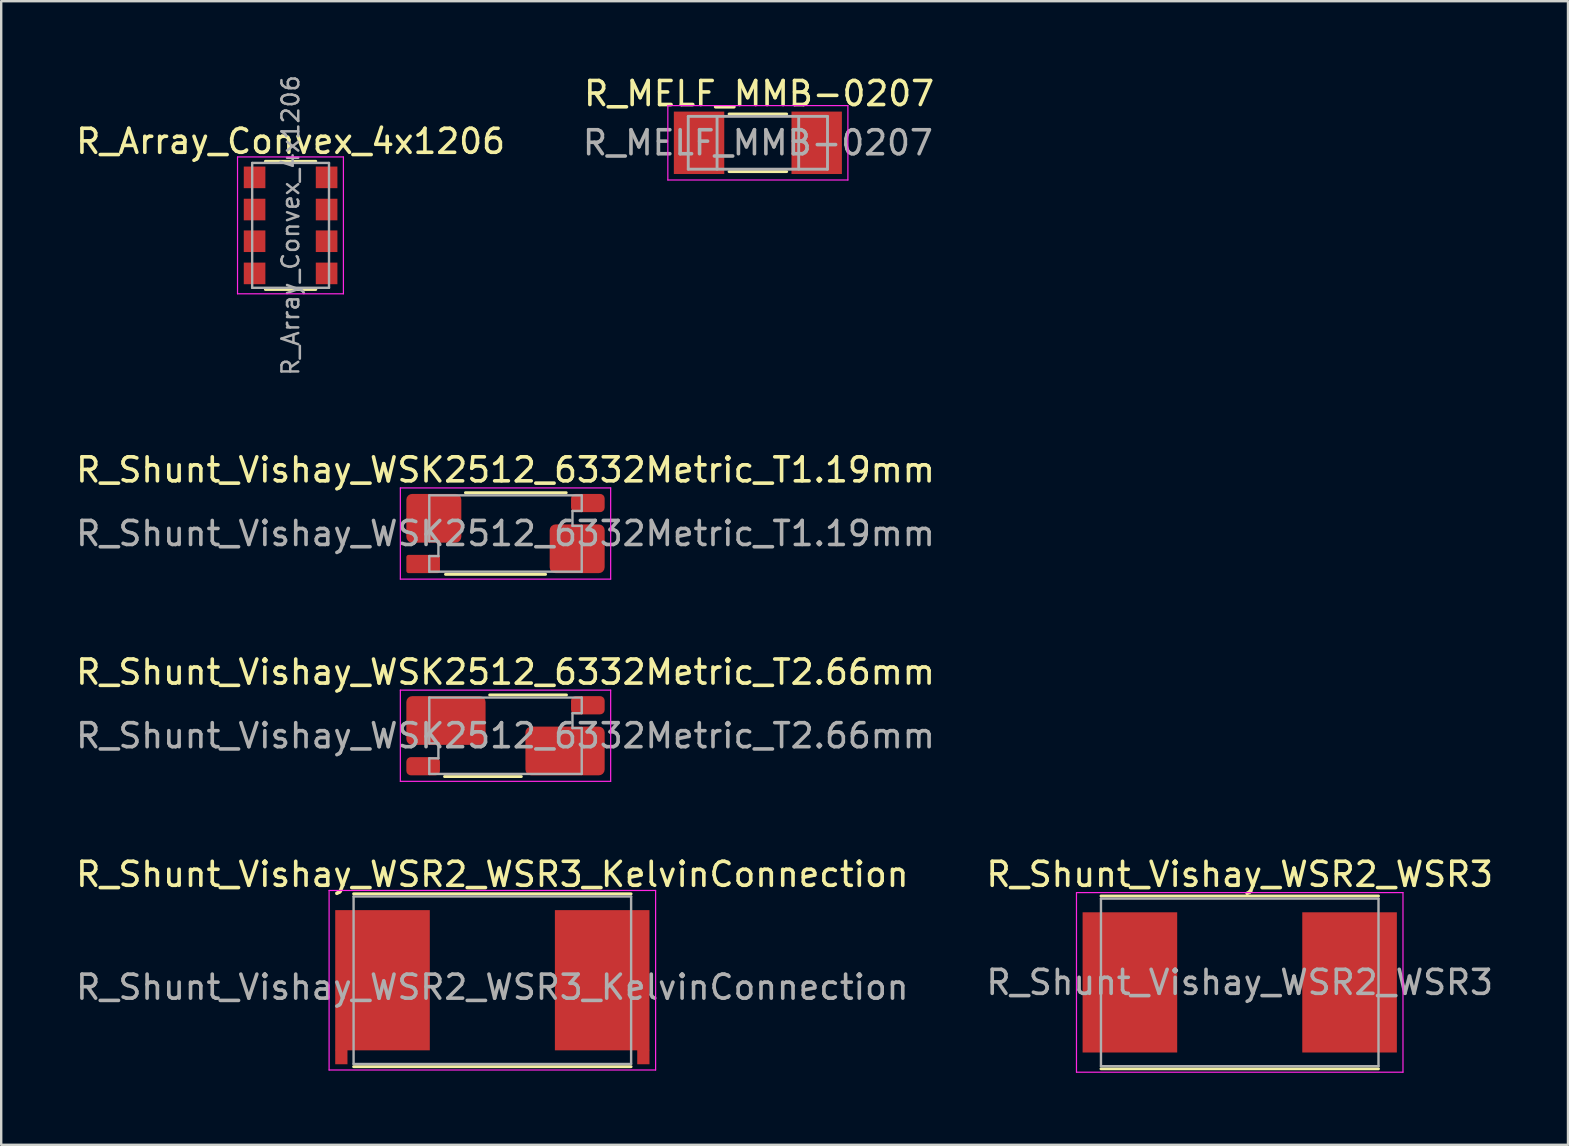
<source format=kicad_pcb>
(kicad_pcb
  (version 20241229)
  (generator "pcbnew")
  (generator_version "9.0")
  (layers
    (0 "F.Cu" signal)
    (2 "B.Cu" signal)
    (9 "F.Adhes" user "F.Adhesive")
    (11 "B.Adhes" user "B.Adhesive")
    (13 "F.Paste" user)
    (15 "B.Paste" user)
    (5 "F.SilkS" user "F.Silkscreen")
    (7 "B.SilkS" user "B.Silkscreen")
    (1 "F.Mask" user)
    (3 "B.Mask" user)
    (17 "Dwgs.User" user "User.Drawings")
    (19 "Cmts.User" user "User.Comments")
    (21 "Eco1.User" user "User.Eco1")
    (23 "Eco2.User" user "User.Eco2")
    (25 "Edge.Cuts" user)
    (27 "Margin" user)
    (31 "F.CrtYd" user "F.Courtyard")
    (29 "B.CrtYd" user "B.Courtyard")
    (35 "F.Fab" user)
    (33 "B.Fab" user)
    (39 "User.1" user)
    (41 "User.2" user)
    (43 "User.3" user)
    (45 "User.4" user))
  (footprint "R_MELF_MMB-0207"
    (layer "F.Cu")
    (at 28.518 2.898)
    (property "Reference" "R_MELF_MMB-0207" (at 0.05 -2.05 0) (layer "F.SilkS") (effects (font (size 1 1) (thickness 0.15))))
    (attr smd)
    (fp_line (start 1.2 -1.2) (end -1.2 -1.2) (stroke (width 0.12) (type solid)) (layer "F.SilkS"))
    (fp_line (start 1.2 1.2) (end -1.2 1.2) (stroke (width 0.12) (type solid)) (layer "F.SilkS"))
    (fp_line (start -3.75 -1.55) (end -3.75 1.55) (stroke (width 0.05) (type solid)) (layer "F.CrtYd"))
    (fp_line (start -3.75 -1.55) (end 3.75 -1.55) (stroke (width 0.05) (type solid)) (layer "F.CrtYd"))
    (fp_line (start 3.75 1.55) (end -3.75 1.55) (stroke (width 0.05) (type solid)) (layer "F.CrtYd"))
    (fp_line (start 3.75 1.55) (end 3.75 -1.55) (stroke (width 0.05) (type solid)) (layer "F.CrtYd"))
    (fp_line (start -2.9 -1.1) (end -2.9 1.1) (stroke (width 0.12) (type solid)) (layer "F.Fab"))
    (fp_line (start -2.9 1.1) (end 2.9 1.1) (stroke (width 0.12) (type solid)) (layer "F.Fab"))
    (fp_line (start -1.7 -1.1) (end -1.7 1.1) (stroke (width 0.12) (type solid)) (layer "F.Fab"))
    (fp_line (start 1.7 -1.1) (end 1.7 1.1) (stroke (width 0.12) (type solid)) (layer "F.Fab"))
    (fp_line (start 2.9 -1.1) (end -2.9 -1.1) (stroke (width 0.12) (type solid)) (layer "F.Fab"))
    (fp_line (start 2.9 1.1) (end 2.9 -1.1) (stroke (width 0.12) (type solid)) (layer "F.Fab"))
    (fp_text user "${REFERENCE}" (at 0 0 0) (layer "F.Fab") (effects (font (size 1 1) (thickness 0.15))))
    (pad "1" smd rect (at -2.45 0) (size 2.1 2.6) (layers "F.Cu" "F.Mask" "F.Paste"))
    (pad "2" smd rect (at 2.45 0) (size 2.1 2.6) (layers "F.Cu" "F.Mask" "F.Paste")))
  (footprint "R_Array_Convex_4x1206"
    (layer "F.Cu")
    (at 9.054 6.338)
    (property "Reference" "R_Array_Convex_4x1206" (at 0 -3.5 0) (layer "F.SilkS") (effects (font (size 1 1) (thickness 0.15))))
    (attr smd)
    (fp_line (start 1.05 -2.67) (end -1.05 -2.67) (stroke (width 0.12) (type solid)) (layer "F.SilkS"))
    (fp_line (start 1.05 2.67) (end -1.05 2.67) (stroke (width 0.12) (type solid)) (layer "F.SilkS"))
    (fp_line (start -2.21 -2.85) (end -2.21 2.85) (stroke (width 0.05) (type solid)) (layer "F.CrtYd"))
    (fp_line (start -2.21 -2.85) (end 2.2 -2.85) (stroke (width 0.05) (type solid)) (layer "F.CrtYd"))
    (fp_line (start 2.2 2.85) (end -2.21 2.85) (stroke (width 0.05) (type solid)) (layer "F.CrtYd"))
    (fp_line (start 2.2 2.85) (end 2.2 -2.85) (stroke (width 0.05) (type solid)) (layer "F.CrtYd"))
    (fp_line (start -1.6 -2.6) (end -1.6 2.6) (stroke (width 0.1) (type solid)) (layer "F.Fab"))
    (fp_line (start -1.6 2.6) (end 1.6 2.6) (stroke (width 0.1) (type solid)) (layer "F.Fab"))
    (fp_line (start 1.6 -2.6) (end -1.6 -2.6) (stroke (width 0.1) (type solid)) (layer "F.Fab"))
    (fp_line (start 1.6 2.6) (end 1.6 -2.6) (stroke (width 0.1) (type solid)) (layer "F.Fab"))
    (fp_text user "${REFERENCE}" (at 0 0 90) (layer "F.Fab") (effects (font (size 0.7 0.7) (thickness 0.105))))
    (pad "1" smd rect (at -1.5 -2) (size 0.9 0.9) (layers "F.Cu" "F.Mask" "F.Paste"))
    (pad "2" smd rect (at -1.5 -0.66) (size 0.9 0.9) (layers "F.Cu" "F.Mask" "F.Paste"))
    (pad "3" smd rect (at -1.5 0.66) (size 0.9 0.9) (layers "F.Cu" "F.Mask" "F.Paste"))
    (pad "4" smd rect (at -1.5 2) (size 0.9 0.9) (layers "F.Cu" "F.Mask" "F.Paste"))
    (pad "5" smd rect (at 1.5 2) (size 0.9 0.9) (layers "F.Cu" "F.Mask" "F.Paste"))
    (pad "6" smd rect (at 1.5 0.66) (size 0.9 0.9) (layers "F.Cu" "F.Mask" "F.Paste"))
    (pad "7" smd rect (at 1.5 -0.66) (size 0.9 0.9) (layers "F.Cu" "F.Mask" "F.Paste"))
    (pad "8" smd rect (at 1.5 -2) (size 0.9 0.9) (layers "F.Cu" "F.Mask" "F.Paste")))
  (footprint "R_Shunt_Vishay_WSK2512_6332Metric_T1.19mm"
    (layer "F.Cu")
    (at 18.006 19.173)
    (property "Reference" "R_Shunt_Vishay_WSK2512_6332Metric_T1.19mm" (at 0 -2.65 0) (layer "F.SilkS") (effects (font (size 1 1) (thickness 0.15))))
    (attr smd)
    (fp_line (start -2.5 1.7) (end 1.67 1.7) (stroke (width 0.12) (type solid)) (layer "F.SilkS"))
    (fp_line (start -1.67 -1.7) (end 2.53 -1.7) (stroke (width 0.12) (type solid)) (layer "F.SilkS"))
    (fp_line (start -4.38 -1.9) (end 4.38 -1.9) (stroke (width 0.05) (type solid)) (layer "F.CrtYd"))
    (fp_line (start -4.38 1.9) (end -4.38 -1.9) (stroke (width 0.05) (type solid)) (layer "F.CrtYd"))
    (fp_line (start 4.38 -1.9) (end 4.38 1.9) (stroke (width 0.05) (type solid)) (layer "F.CrtYd"))
    (fp_line (start 4.38 1.9) (end -4.38 1.9) (stroke (width 0.05) (type solid)) (layer "F.CrtYd"))
    (fp_line (start -3.175 -1.59) (end 3.175 -1.59) (stroke (width 0.1) (type solid)) (layer "F.Fab"))
    (fp_line (start -3.175 0.32) (end -3.175 -1.59) (stroke (width 0.1) (type solid)) (layer "F.Fab"))
    (fp_line (start -3.175 0.32) (end -2.795 0.32) (stroke (width 0.1) (type solid)) (layer "F.Fab"))
    (fp_line (start -3.175 0.94) (end -3.175 1.59) (stroke (width 0.1) (type solid)) (layer "F.Fab"))
    (fp_line (start -3.175 0.94) (end -2.795 0.94) (stroke (width 0.1) (type solid)) (layer "F.Fab"))
    (fp_line (start -2.795 0.94) (end -2.795 0.32) (stroke (width 0.1) (type solid)) (layer "F.Fab"))
    (fp_line (start 2.79 -0.94) (end 3.17 -0.94) (stroke (width 0.1) (type solid)) (layer "F.Fab"))
    (fp_line (start 2.79 -0.32) (end 2.79 -0.94) (stroke (width 0.1) (type solid)) (layer "F.Fab"))
    (fp_line (start 2.79 -0.32) (end 3.17 -0.32) (stroke (width 0.1) (type solid)) (layer "F.Fab"))
    (fp_line (start 3.175 -0.94) (end 3.175 -1.59) (stroke (width 0.1) (type solid)) (layer "F.Fab"))
    (fp_line (start 3.175 -0.32) (end 3.175 1.59) (stroke (width 0.1) (type solid)) (layer "F.Fab"))
    (fp_line (start 3.175 1.59) (end -3.175 1.59) (stroke (width 0.1) (type solid)) (layer "F.Fab"))
    (fp_text user "${REFERENCE}" (at 0 0 0) (layer "F.Fab") (effects (font (size 1 1) (thickness 0.15))))
    (pad "1" smd roundrect (at -2.985 -0.635) (size 2.29 2.03) (layers "F.Cu" "F.Mask" "F.Paste") (roundrect_rratio 0.12))
    (pad "2" smd roundrect (at -3.43 1.27) (size 1.4 0.76) (layers "F.Cu" "F.Mask" "F.Paste") (roundrect_rratio 0.12))
    (pad "3" smd roundrect (at 3.43 -1.27) (size 1.4 0.76) (layers "F.Cu" "F.Mask" "F.Paste") (roundrect_rratio 0.25))
    (pad "4" smd roundrect (at 2.985 0.635) (size 2.29 2.03) (layers "F.Cu" "F.Mask" "F.Paste") (roundrect_rratio 0.12)))
  (footprint "R_Shunt_Vishay_WSR2_WSR3"
    (layer "F.Cu")
    (at 48.589 37.87)
    (property "Reference" "R_Shunt_Vishay_WSR2_WSR3" (at 0 -4.5 0) (layer "F.SilkS") (effects (font (size 1 1) (thickness 0.15))))
    (attr smd)
    (fp_line (start -5.78 -3.6) (end 5.78 -3.6) (stroke (width 0.12) (type solid)) (layer "F.SilkS"))
    (fp_line (start -5.78 3.6) (end 5.78 3.6) (stroke (width 0.12) (type solid)) (layer "F.SilkS"))
    (fp_line (start -6.8 -3.74) (end -6.8 3.74) (stroke (width 0.05) (type solid)) (layer "F.CrtYd"))
    (fp_line (start -6.8 -3.74) (end 6.8 -3.74) (stroke (width 0.05) (type solid)) (layer "F.CrtYd"))
    (fp_line (start -6.8 3.74) (end 6.8 3.74) (stroke (width 0.05) (type solid)) (layer "F.CrtYd"))
    (fp_line (start 6.8 -3.74) (end 6.8 3.74) (stroke (width 0.05) (type solid)) (layer "F.CrtYd"))
    (fp_line (start -5.78 -3.49) (end -5.78 3.49) (stroke (width 0.1) (type solid)) (layer "F.Fab"))
    (fp_line (start -5.78 -3.49) (end 5.78 -3.49) (stroke (width 0.1) (type solid)) (layer "F.Fab"))
    (fp_line (start -5.78 3.49) (end 5.78 3.49) (stroke (width 0.1) (type solid)) (layer "F.Fab"))
    (fp_line (start 5.78 -3.49) (end 5.78 3.49) (stroke (width 0.1) (type solid)) (layer "F.Fab"))
    (fp_text user "${REFERENCE}" (at 0 0 0) (layer "F.Fab") (effects (font (size 1 1) (thickness 0.15))))
    (pad "1" smd rect (at -4.575 0) (size 3.94 5.84) (layers "F.Cu" "F.Mask" "F.Paste"))
    (pad "2" smd rect (at 4.575 0) (size 3.94 5.84) (layers "F.Cu" "F.Mask" "F.Paste")))
  (footprint "R_Shunt_Vishay_WSR2_WSR3_KelvinConnection"
    (layer "F.Cu")
    (at 17.458 38.07)
    (property "Reference" "R_Shunt_Vishay_WSR2_WSR3_KelvinConnection" (at 0 -4.7 0) (layer "F.SilkS") (effects (font (size 1 1) (thickness 0.15))))
    (attr smd)
    (fp_line (start -5.78 -3.89) (end 5.78 -3.89) (stroke (width 0.12) (type solid)) (layer "F.SilkS"))
    (fp_line (start -5.78 3.31) (end 5.78 3.31) (stroke (width 0.12) (type solid)) (layer "F.SilkS"))
    (fp_line (start -6.8 -4.03) (end -6.8 3.45) (stroke (width 0.05) (type solid)) (layer "F.CrtYd"))
    (fp_line (start -6.8 -4.03) (end 6.8 -4.03) (stroke (width 0.05) (type solid)) (layer "F.CrtYd"))
    (fp_line (start -6.8 3.45) (end 6.8 3.45) (stroke (width 0.05) (type solid)) (layer "F.CrtYd"))
    (fp_line (start 6.8 -4.03) (end 6.8 3.45) (stroke (width 0.05) (type solid)) (layer "F.CrtYd"))
    (fp_line (start -5.78 -3.78) (end -5.78 3.2) (stroke (width 0.1) (type solid)) (layer "F.Fab"))
    (fp_line (start -5.78 -3.78) (end 5.78 -3.78) (stroke (width 0.1) (type solid)) (layer "F.Fab"))
    (fp_line (start -5.78 3.2) (end 5.78 3.2) (stroke (width 0.1) (type solid)) (layer "F.Fab"))
    (fp_line (start 5.78 -3.78) (end 5.78 3.2) (stroke (width 0.1) (type solid)) (layer "F.Fab"))
    (fp_text user "${REFERENCE}" (at 0 0 0) (layer "F.Fab") (effects (font (size 1 1) (thickness 0.15))))
    (pad "1" smd rect (at -6.29 2.91) (size 0.51 0.6) (layers "F.Cu" "F.Mask" "F.Paste"))
    (pad "1" smd rect (at -4.575 -0.29) (size 3.94 5.84) (layers "F.Cu" "F.Mask" "F.Paste"))
    (pad "2" smd rect (at 4.575 -0.29) (size 3.94 5.84) (layers "F.Cu" "F.Mask" "F.Paste"))
    (pad "2" smd rect (at 6.29 2.91) (size 0.51 0.6) (layers "F.Cu" "F.Mask" "F.Paste")))
  (footprint "R_Shunt_Vishay_WSK2512_6332Metric_T2.66mm"
    (layer "F.Cu")
    (at 18.006 27.596)
    (property "Reference" "R_Shunt_Vishay_WSK2512_6332Metric_T2.66mm" (at 0 -2.65 0) (layer "F.SilkS") (effects (font (size 1 1) (thickness 0.15))))
    (attr smd)
    (fp_line (start -2.54 1.7) (end 0.66 1.7) (stroke (width 0.12) (type solid)) (layer "F.SilkS"))
    (fp_line (start -0.66 -1.7) (end 2.54 -1.7) (stroke (width 0.12) (type solid)) (layer "F.SilkS"))
    (fp_line (start -4.38 -1.9) (end 4.38 -1.9) (stroke (width 0.05) (type solid)) (layer "F.CrtYd"))
    (fp_line (start -4.38 1.9) (end -4.38 -1.9) (stroke (width 0.05) (type solid)) (layer "F.CrtYd"))
    (fp_line (start 4.38 -1.9) (end 4.38 1.9) (stroke (width 0.05) (type solid)) (layer "F.CrtYd"))
    (fp_line (start 4.38 1.9) (end -4.38 1.9) (stroke (width 0.05) (type solid)) (layer "F.CrtYd"))
    (fp_line (start -3.175 -1.59) (end 3.175 -1.59) (stroke (width 0.1) (type solid)) (layer "F.Fab"))
    (fp_line (start -3.175 0.32) (end -3.175 -1.59) (stroke (width 0.1) (type solid)) (layer "F.Fab"))
    (fp_line (start -3.175 0.32) (end -2.795 0.32) (stroke (width 0.1) (type solid)) (layer "F.Fab"))
    (fp_line (start -3.175 0.94) (end -3.175 1.59) (stroke (width 0.1) (type solid)) (layer "F.Fab"))
    (fp_line (start -3.175 0.94) (end -2.795 0.94) (stroke (width 0.1) (type solid)) (layer "F.Fab"))
    (fp_line (start -2.795 0.94) (end -2.795 0.32) (stroke (width 0.1) (type solid)) (layer "F.Fab"))
    (fp_line (start 2.79 -0.94) (end 3.17 -0.94) (stroke (width 0.1) (type solid)) (layer "F.Fab"))
    (fp_line (start 2.79 -0.32) (end 2.79 -0.94) (stroke (width 0.1) (type solid)) (layer "F.Fab"))
    (fp_line (start 2.79 -0.32) (end 3.17 -0.32) (stroke (width 0.1) (type solid)) (layer "F.Fab"))
    (fp_line (start 3.175 -0.94) (end 3.175 -1.59) (stroke (width 0.1) (type solid)) (layer "F.Fab"))
    (fp_line (start 3.175 -0.32) (end 3.175 1.59) (stroke (width 0.1) (type solid)) (layer "F.Fab"))
    (fp_line (start 3.175 1.59) (end -3.175 1.59) (stroke (width 0.1) (type solid)) (layer "F.Fab"))
    (fp_text user "${REFERENCE}" (at 0 0 0) (layer "F.Fab") (effects (font (size 1 1) (thickness 0.15))))
    (pad "1" smd roundrect (at -2.48 -0.635) (size 3.3 2.03) (layers "F.Cu" "F.Mask" "F.Paste") (roundrect_rratio 0.12))
    (pad "2" smd roundrect (at -3.43 1.27) (size 1.4 0.76) (layers "F.Cu" "F.Mask" "F.Paste") (roundrect_rratio 0.25))
    (pad "3" smd roundrect (at 3.43 -1.27) (size 1.4 0.76) (layers "F.Cu" "F.Mask" "F.Paste") (roundrect_rratio 0.25))
    (pad "4" smd roundrect (at 2.48 0.635) (size 3.3 2.03) (layers "F.Cu" "F.Mask" "F.Paste") (roundrect_rratio 0.12)))
  (gr_rect
    (start -3 -3)
    (end 62.262 44.635)
    (stroke (width 0.1) (type default))
    (fill no)
    (layer "Edge.Cuts")))
</source>
